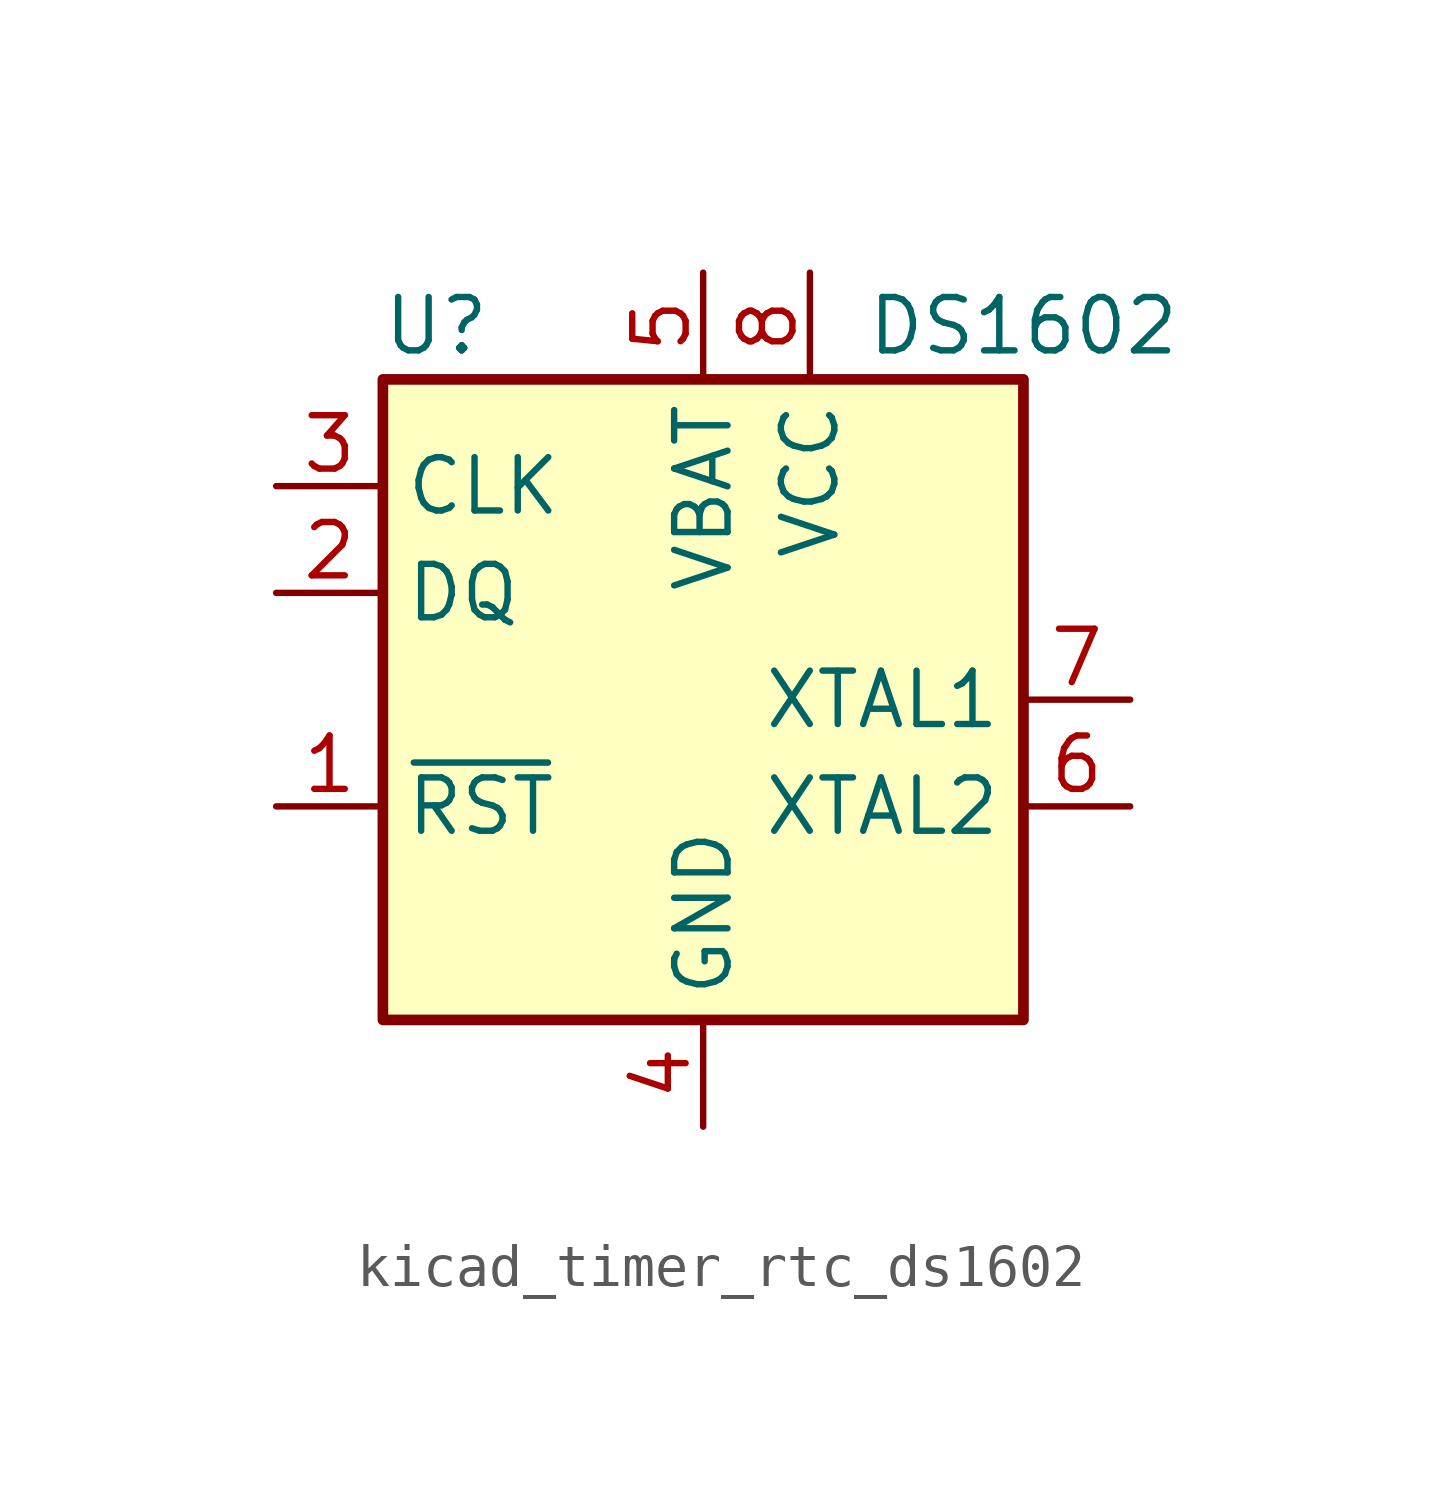
<source format=kicad_sym>
(kicad_symbol_lib
  (version 20220914)
  (generator kicad_symbol_editor)
  (symbol "kicad_timer_rtc_ds1602"
    (property "Reference" "U"
      (at -6.35 8.89 0)
      (effects (font (size 1.27 1.27))))
    (property "Value" "DS1602"
      (at 7.62 8.89 0)
      (effects (font (size 1.27 1.27))))
    (symbol "kicad_timer_rtc_ds1602_0_1"
      (rectangle (start -7.62 7.62) (end 7.62 -7.62) (stroke (width 0.254) (type default)) (fill (type background))))
    (symbol "kicad_timer_rtc_ds1602_1_1"
      (pin input line (at -10.16 -2.54 0) (length 2.54) (name "~{RST}" (effects (font (size 1.27 1.27)))) (number "1" (effects (font (size 1.27 1.27)))))
      (pin bidirectional line (at -10.16 2.54 0) (length 2.54) (name "DQ" (effects (font (size 1.27 1.27)))) (number "2" (effects (font (size 1.27 1.27)))))
      (pin input line (at -10.16 5.08 0) (length 2.54) (name "CLK" (effects (font (size 1.27 1.27)))) (number "3" (effects (font (size 1.27 1.27)))))
      (pin power_in line (at 0 -10.16 90) (length 2.54) (name "GND" (effects (font (size 1.27 1.27)))) (number "4" (effects (font (size 1.27 1.27)))))
      (pin power_in line (at 0 10.16 270) (length 2.54) (name "VBAT" (effects (font (size 1.27 1.27)))) (number "5" (effects (font (size 1.27 1.27)))))
      (pin passive line (at 10.16 -2.54 180) (length 2.54) (name "XTAL2" (effects (font (size 1.27 1.27)))) (number "6" (effects (font (size 1.27 1.27)))))
      (pin passive line (at 10.16 0 180) (length 2.54) (name "XTAL1" (effects (font (size 1.27 1.27)))) (number "7" (effects (font (size 1.27 1.27)))))
      (pin power_in line (at 2.54 10.16 270) (length 2.54) (name "VCC" (effects (font (size 1.27 1.27)))) (number "8" (effects (font (size 1.27 1.27))))))))
</source>
